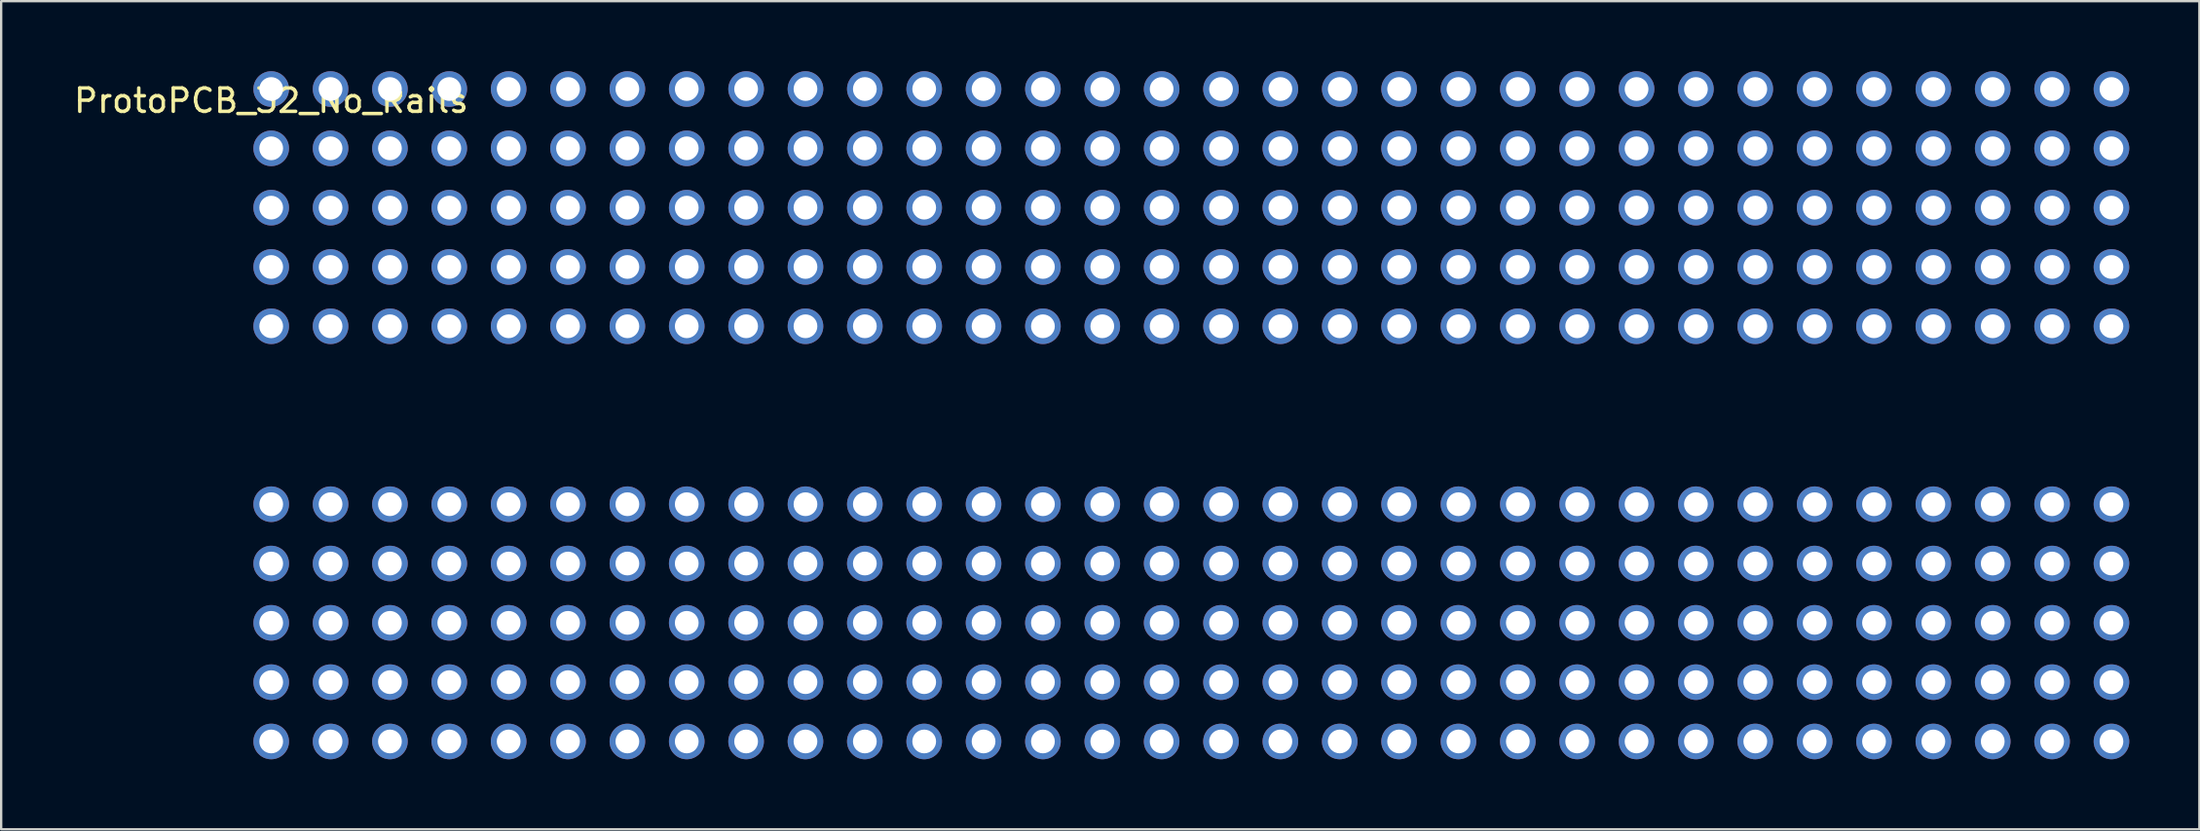
<source format=kicad_pcb>
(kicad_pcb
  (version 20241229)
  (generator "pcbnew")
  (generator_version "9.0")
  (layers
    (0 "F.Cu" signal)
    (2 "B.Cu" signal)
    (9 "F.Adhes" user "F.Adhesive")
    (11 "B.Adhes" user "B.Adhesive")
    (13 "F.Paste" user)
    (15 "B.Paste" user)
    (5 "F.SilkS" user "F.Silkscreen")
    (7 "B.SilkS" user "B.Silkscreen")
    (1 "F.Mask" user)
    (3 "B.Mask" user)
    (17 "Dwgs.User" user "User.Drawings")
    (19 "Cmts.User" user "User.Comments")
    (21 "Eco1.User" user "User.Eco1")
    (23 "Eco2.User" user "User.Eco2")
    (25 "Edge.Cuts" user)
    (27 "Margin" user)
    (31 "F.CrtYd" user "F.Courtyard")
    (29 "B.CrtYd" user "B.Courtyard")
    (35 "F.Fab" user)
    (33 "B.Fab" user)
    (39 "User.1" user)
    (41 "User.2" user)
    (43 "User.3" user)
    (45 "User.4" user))
  (footprint "ProtoPCB_32_No_Rails"
    (layer "F.Cu")
    (at 8.554 0.762)
    (property "Reference" "ProtoPCB_32_No_Rails" (at 0 0.5 0) (layer "F.SilkS") (effects (font (size 1 1) (thickness 0.15))))
    (attr through_hole)
    (pad "1" thru_hole circle (at 0 0) (size 1.524 1.524) (drill 1.016) (layers "*.Cu" "*.Mask"))
    (pad "1" thru_hole circle (at 0 2.54) (size 1.524 1.524) (drill 1.016) (layers "*.Cu" "*.Mask"))
    (pad "1" thru_hole circle (at 0 5.08) (size 1.524 1.524) (drill 1.016) (layers "*.Cu" "*.Mask"))
    (pad "1" thru_hole circle (at 0 7.62) (size 1.524 1.524) (drill 1.016) (layers "*.Cu" "*.Mask"))
    (pad "1" thru_hole circle (at 0 10.16) (size 1.524 1.524) (drill 1.016) (layers "*.Cu" "*.Mask"))
    (pad "1" thru_hole circle (at 0 17.78) (size 1.524 1.524) (drill 1.016) (layers "*.Cu" "*.Mask"))
    (pad "1" thru_hole circle (at 0 20.32) (size 1.524 1.524) (drill 1.016) (layers "*.Cu" "*.Mask"))
    (pad "1" thru_hole circle (at 0 22.86) (size 1.524 1.524) (drill 1.016) (layers "*.Cu" "*.Mask"))
    (pad "1" thru_hole circle (at 0 25.4) (size 1.524 1.524) (drill 1.016) (layers "*.Cu" "*.Mask"))
    (pad "1" thru_hole circle (at 0 27.94) (size 1.524 1.524) (drill 1.016) (layers "*.Cu" "*.Mask"))
    (pad "1" thru_hole circle (at 2.54 0) (size 1.524 1.524) (drill 1.016) (layers "*.Cu" "*.Mask"))
    (pad "1" thru_hole circle (at 2.54 2.54) (size 1.524 1.524) (drill 1.016) (layers "*.Cu" "*.Mask"))
    (pad "1" thru_hole circle (at 2.54 5.08) (size 1.524 1.524) (drill 1.016) (layers "*.Cu" "*.Mask"))
    (pad "1" thru_hole circle (at 2.54 7.62) (size 1.524 1.524) (drill 1.016) (layers "*.Cu" "*.Mask"))
    (pad "1" thru_hole circle (at 2.54 10.16) (size 1.524 1.524) (drill 1.016) (layers "*.Cu" "*.Mask"))
    (pad "1" thru_hole circle (at 2.54 17.78) (size 1.524 1.524) (drill 1.016) (layers "*.Cu" "*.Mask"))
    (pad "1" thru_hole circle (at 2.54 20.32) (size 1.524 1.524) (drill 1.016) (layers "*.Cu" "*.Mask"))
    (pad "1" thru_hole circle (at 2.54 22.86) (size 1.524 1.524) (drill 1.016) (layers "*.Cu" "*.Mask"))
    (pad "1" thru_hole circle (at 2.54 25.4) (size 1.524 1.524) (drill 1.016) (layers "*.Cu" "*.Mask"))
    (pad "1" thru_hole circle (at 2.54 27.94) (size 1.524 1.524) (drill 1.016) (layers "*.Cu" "*.Mask"))
    (pad "1" thru_hole circle (at 5.08 0) (size 1.524 1.524) (drill 1.016) (layers "*.Cu" "*.Mask"))
    (pad "1" thru_hole circle (at 5.08 2.54) (size 1.524 1.524) (drill 1.016) (layers "*.Cu" "*.Mask"))
    (pad "1" thru_hole circle (at 5.08 5.08) (size 1.524 1.524) (drill 1.016) (layers "*.Cu" "*.Mask"))
    (pad "1" thru_hole circle (at 5.08 7.62) (size 1.524 1.524) (drill 1.016) (layers "*.Cu" "*.Mask"))
    (pad "1" thru_hole circle (at 5.08 10.16) (size 1.524 1.524) (drill 1.016) (layers "*.Cu" "*.Mask"))
    (pad "1" thru_hole circle (at 5.08 17.78) (size 1.524 1.524) (drill 1.016) (layers "*.Cu" "*.Mask"))
    (pad "1" thru_hole circle (at 5.08 20.32) (size 1.524 1.524) (drill 1.016) (layers "*.Cu" "*.Mask"))
    (pad "1" thru_hole circle (at 5.08 22.86) (size 1.524 1.524) (drill 1.016) (layers "*.Cu" "*.Mask"))
    (pad "1" thru_hole circle (at 5.08 25.4) (size 1.524 1.524) (drill 1.016) (layers "*.Cu" "*.Mask"))
    (pad "1" thru_hole circle (at 5.08 27.94) (size 1.524 1.524) (drill 1.016) (layers "*.Cu" "*.Mask"))
    (pad "1" thru_hole circle (at 7.62 0) (size 1.524 1.524) (drill 1.016) (layers "*.Cu" "*.Mask"))
    (pad "1" thru_hole circle (at 7.62 2.54) (size 1.524 1.524) (drill 1.016) (layers "*.Cu" "*.Mask"))
    (pad "1" thru_hole circle (at 7.62 5.08) (size 1.524 1.524) (drill 1.016) (layers "*.Cu" "*.Mask"))
    (pad "1" thru_hole circle (at 7.62 7.62) (size 1.524 1.524) (drill 1.016) (layers "*.Cu" "*.Mask"))
    (pad "1" thru_hole circle (at 7.62 10.16) (size 1.524 1.524) (drill 1.016) (layers "*.Cu" "*.Mask"))
    (pad "1" thru_hole circle (at 7.62 17.78) (size 1.524 1.524) (drill 1.016) (layers "*.Cu" "*.Mask"))
    (pad "1" thru_hole circle (at 7.62 20.32) (size 1.524 1.524) (drill 1.016) (layers "*.Cu" "*.Mask"))
    (pad "1" thru_hole circle (at 7.62 22.86) (size 1.524 1.524) (drill 1.016) (layers "*.Cu" "*.Mask"))
    (pad "1" thru_hole circle (at 7.62 25.4) (size 1.524 1.524) (drill 1.016) (layers "*.Cu" "*.Mask"))
    (pad "1" thru_hole circle (at 7.62 27.94) (size 1.524 1.524) (drill 1.016) (layers "*.Cu" "*.Mask"))
    (pad "1" thru_hole circle (at 10.16 0) (size 1.524 1.524) (drill 1.016) (layers "*.Cu" "*.Mask"))
    (pad "1" thru_hole circle (at 10.16 2.54) (size 1.524 1.524) (drill 1.016) (layers "*.Cu" "*.Mask"))
    (pad "1" thru_hole circle (at 10.16 5.08) (size 1.524 1.524) (drill 1.016) (layers "*.Cu" "*.Mask"))
    (pad "1" thru_hole circle (at 10.16 7.62) (size 1.524 1.524) (drill 1.016) (layers "*.Cu" "*.Mask"))
    (pad "1" thru_hole circle (at 10.16 10.16) (size 1.524 1.524) (drill 1.016) (layers "*.Cu" "*.Mask"))
    (pad "1" thru_hole circle (at 10.16 17.78) (size 1.524 1.524) (drill 1.016) (layers "*.Cu" "*.Mask"))
    (pad "1" thru_hole circle (at 10.16 20.32) (size 1.524 1.524) (drill 1.016) (layers "*.Cu" "*.Mask"))
    (pad "1" thru_hole circle (at 10.16 22.86) (size 1.524 1.524) (drill 1.016) (layers "*.Cu" "*.Mask"))
    (pad "1" thru_hole circle (at 10.16 25.4) (size 1.524 1.524) (drill 1.016) (layers "*.Cu" "*.Mask"))
    (pad "1" thru_hole circle (at 10.16 27.94) (size 1.524 1.524) (drill 1.016) (layers "*.Cu" "*.Mask"))
    (pad "1" thru_hole circle (at 12.7 0) (size 1.524 1.524) (drill 1.016) (layers "*.Cu" "*.Mask"))
    (pad "1" thru_hole circle (at 12.7 2.54) (size 1.524 1.524) (drill 1.016) (layers "*.Cu" "*.Mask"))
    (pad "1" thru_hole circle (at 12.7 5.08) (size 1.524 1.524) (drill 1.016) (layers "*.Cu" "*.Mask"))
    (pad "1" thru_hole circle (at 12.7 7.62) (size 1.524 1.524) (drill 1.016) (layers "*.Cu" "*.Mask"))
    (pad "1" thru_hole circle (at 12.7 10.16) (size 1.524 1.524) (drill 1.016) (layers "*.Cu" "*.Mask"))
    (pad "1" thru_hole circle (at 12.7 17.78) (size 1.524 1.524) (drill 1.016) (layers "*.Cu" "*.Mask"))
    (pad "1" thru_hole circle (at 12.7 20.32) (size 1.524 1.524) (drill 1.016) (layers "*.Cu" "*.Mask"))
    (pad "1" thru_hole circle (at 12.7 22.86) (size 1.524 1.524) (drill 1.016) (layers "*.Cu" "*.Mask"))
    (pad "1" thru_hole circle (at 12.7 25.4) (size 1.524 1.524) (drill 1.016) (layers "*.Cu" "*.Mask"))
    (pad "1" thru_hole circle (at 12.7 27.94) (size 1.524 1.524) (drill 1.016) (layers "*.Cu" "*.Mask"))
    (pad "1" thru_hole circle (at 15.24 0) (size 1.524 1.524) (drill 1.016) (layers "*.Cu" "*.Mask"))
    (pad "1" thru_hole circle (at 15.24 2.54) (size 1.524 1.524) (drill 1.016) (layers "*.Cu" "*.Mask"))
    (pad "1" thru_hole circle (at 15.24 5.08) (size 1.524 1.524) (drill 1.016) (layers "*.Cu" "*.Mask"))
    (pad "1" thru_hole circle (at 15.24 7.62) (size 1.524 1.524) (drill 1.016) (layers "*.Cu" "*.Mask"))
    (pad "1" thru_hole circle (at 15.24 10.16) (size 1.524 1.524) (drill 1.016) (layers "*.Cu" "*.Mask"))
    (pad "1" thru_hole circle (at 15.24 17.78) (size 1.524 1.524) (drill 1.016) (layers "*.Cu" "*.Mask"))
    (pad "1" thru_hole circle (at 15.24 20.32) (size 1.524 1.524) (drill 1.016) (layers "*.Cu" "*.Mask"))
    (pad "1" thru_hole circle (at 15.24 22.86) (size 1.524 1.524) (drill 1.016) (layers "*.Cu" "*.Mask"))
    (pad "1" thru_hole circle (at 15.24 25.4) (size 1.524 1.524) (drill 1.016) (layers "*.Cu" "*.Mask"))
    (pad "1" thru_hole circle (at 15.24 27.94) (size 1.524 1.524) (drill 1.016) (layers "*.Cu" "*.Mask"))
    (pad "1" thru_hole circle (at 17.78 0) (size 1.524 1.524) (drill 1.016) (layers "*.Cu" "*.Mask"))
    (pad "1" thru_hole circle (at 17.78 2.54) (size 1.524 1.524) (drill 1.016) (layers "*.Cu" "*.Mask"))
    (pad "1" thru_hole circle (at 17.78 5.08) (size 1.524 1.524) (drill 1.016) (layers "*.Cu" "*.Mask"))
    (pad "1" thru_hole circle (at 17.78 7.62) (size 1.524 1.524) (drill 1.016) (layers "*.Cu" "*.Mask"))
    (pad "1" thru_hole circle (at 17.78 10.16) (size 1.524 1.524) (drill 1.016) (layers "*.Cu" "*.Mask"))
    (pad "1" thru_hole circle (at 17.78 17.78) (size 1.524 1.524) (drill 1.016) (layers "*.Cu" "*.Mask"))
    (pad "1" thru_hole circle (at 17.78 20.32) (size 1.524 1.524) (drill 1.016) (layers "*.Cu" "*.Mask"))
    (pad "1" thru_hole circle (at 17.78 22.86) (size 1.524 1.524) (drill 1.016) (layers "*.Cu" "*.Mask"))
    (pad "1" thru_hole circle (at 17.78 25.4) (size 1.524 1.524) (drill 1.016) (layers "*.Cu" "*.Mask"))
    (pad "1" thru_hole circle (at 17.78 27.94) (size 1.524 1.524) (drill 1.016) (layers "*.Cu" "*.Mask"))
    (pad "1" thru_hole circle (at 20.32 0) (size 1.524 1.524) (drill 1.016) (layers "*.Cu" "*.Mask"))
    (pad "1" thru_hole circle (at 20.32 2.54) (size 1.524 1.524) (drill 1.016) (layers "*.Cu" "*.Mask"))
    (pad "1" thru_hole circle (at 20.32 5.08) (size 1.524 1.524) (drill 1.016) (layers "*.Cu" "*.Mask"))
    (pad "1" thru_hole circle (at 20.32 7.62) (size 1.524 1.524) (drill 1.016) (layers "*.Cu" "*.Mask"))
    (pad "1" thru_hole circle (at 20.32 10.16) (size 1.524 1.524) (drill 1.016) (layers "*.Cu" "*.Mask"))
    (pad "1" thru_hole circle (at 20.32 17.78) (size 1.524 1.524) (drill 1.016) (layers "*.Cu" "*.Mask"))
    (pad "1" thru_hole circle (at 20.32 20.32) (size 1.524 1.524) (drill 1.016) (layers "*.Cu" "*.Mask"))
    (pad "1" thru_hole circle (at 20.32 22.86) (size 1.524 1.524) (drill 1.016) (layers "*.Cu" "*.Mask"))
    (pad "1" thru_hole circle (at 20.32 25.4) (size 1.524 1.524) (drill 1.016) (layers "*.Cu" "*.Mask"))
    (pad "1" thru_hole circle (at 20.32 27.94) (size 1.524 1.524) (drill 1.016) (layers "*.Cu" "*.Mask"))
    (pad "1" thru_hole circle (at 22.86 0) (size 1.524 1.524) (drill 1.016) (layers "*.Cu" "*.Mask"))
    (pad "1" thru_hole circle (at 22.86 2.54) (size 1.524 1.524) (drill 1.016) (layers "*.Cu" "*.Mask"))
    (pad "1" thru_hole circle (at 22.86 5.08) (size 1.524 1.524) (drill 1.016) (layers "*.Cu" "*.Mask"))
    (pad "1" thru_hole circle (at 22.86 7.62) (size 1.524 1.524) (drill 1.016) (layers "*.Cu" "*.Mask"))
    (pad "1" thru_hole circle (at 22.86 10.16) (size 1.524 1.524) (drill 1.016) (layers "*.Cu" "*.Mask"))
    (pad "1" thru_hole circle (at 22.86 17.78) (size 1.524 1.524) (drill 1.016) (layers "*.Cu" "*.Mask"))
    (pad "1" thru_hole circle (at 22.86 20.32) (size 1.524 1.524) (drill 1.016) (layers "*.Cu" "*.Mask"))
    (pad "1" thru_hole circle (at 22.86 22.86) (size 1.524 1.524) (drill 1.016) (layers "*.Cu" "*.Mask"))
    (pad "1" thru_hole circle (at 22.86 25.4) (size 1.524 1.524) (drill 1.016) (layers "*.Cu" "*.Mask"))
    (pad "1" thru_hole circle (at 22.86 27.94) (size 1.524 1.524) (drill 1.016) (layers "*.Cu" "*.Mask"))
    (pad "1" thru_hole circle (at 25.4 0) (size 1.524 1.524) (drill 1.016) (layers "*.Cu" "*.Mask"))
    (pad "1" thru_hole circle (at 25.4 2.54) (size 1.524 1.524) (drill 1.016) (layers "*.Cu" "*.Mask"))
    (pad "1" thru_hole circle (at 25.4 5.08) (size 1.524 1.524) (drill 1.016) (layers "*.Cu" "*.Mask"))
    (pad "1" thru_hole circle (at 25.4 7.62) (size 1.524 1.524) (drill 1.016) (layers "*.Cu" "*.Mask"))
    (pad "1" thru_hole circle (at 25.4 10.16) (size 1.524 1.524) (drill 1.016) (layers "*.Cu" "*.Mask"))
    (pad "1" thru_hole circle (at 25.4 17.78) (size 1.524 1.524) (drill 1.016) (layers "*.Cu" "*.Mask"))
    (pad "1" thru_hole circle (at 25.4 20.32) (size 1.524 1.524) (drill 1.016) (layers "*.Cu" "*.Mask"))
    (pad "1" thru_hole circle (at 25.4 22.86) (size 1.524 1.524) (drill 1.016) (layers "*.Cu" "*.Mask"))
    (pad "1" thru_hole circle (at 25.4 25.4) (size 1.524 1.524) (drill 1.016) (layers "*.Cu" "*.Mask"))
    (pad "1" thru_hole circle (at 25.4 27.94) (size 1.524 1.524) (drill 1.016) (layers "*.Cu" "*.Mask"))
    (pad "1" thru_hole circle (at 27.94 0) (size 1.524 1.524) (drill 1.016) (layers "*.Cu" "*.Mask"))
    (pad "1" thru_hole circle (at 27.94 2.54) (size 1.524 1.524) (drill 1.016) (layers "*.Cu" "*.Mask"))
    (pad "1" thru_hole circle (at 27.94 5.08) (size 1.524 1.524) (drill 1.016) (layers "*.Cu" "*.Mask"))
    (pad "1" thru_hole circle (at 27.94 7.62) (size 1.524 1.524) (drill 1.016) (layers "*.Cu" "*.Mask"))
    (pad "1" thru_hole circle (at 27.94 10.16) (size 1.524 1.524) (drill 1.016) (layers "*.Cu" "*.Mask"))
    (pad "1" thru_hole circle (at 27.94 17.78) (size 1.524 1.524) (drill 1.016) (layers "*.Cu" "*.Mask"))
    (pad "1" thru_hole circle (at 27.94 20.32) (size 1.524 1.524) (drill 1.016) (layers "*.Cu" "*.Mask"))
    (pad "1" thru_hole circle (at 27.94 22.86) (size 1.524 1.524) (drill 1.016) (layers "*.Cu" "*.Mask"))
    (pad "1" thru_hole circle (at 27.94 25.4) (size 1.524 1.524) (drill 1.016) (layers "*.Cu" "*.Mask"))
    (pad "1" thru_hole circle (at 27.94 27.94) (size 1.524 1.524) (drill 1.016) (layers "*.Cu" "*.Mask"))
    (pad "1" thru_hole circle (at 30.48 0) (size 1.524 1.524) (drill 1.016) (layers "*.Cu" "*.Mask"))
    (pad "1" thru_hole circle (at 30.48 2.54) (size 1.524 1.524) (drill 1.016) (layers "*.Cu" "*.Mask"))
    (pad "1" thru_hole circle (at 30.48 5.08) (size 1.524 1.524) (drill 1.016) (layers "*.Cu" "*.Mask"))
    (pad "1" thru_hole circle (at 30.48 7.62) (size 1.524 1.524) (drill 1.016) (layers "*.Cu" "*.Mask"))
    (pad "1" thru_hole circle (at 30.48 10.16) (size 1.524 1.524) (drill 1.016) (layers "*.Cu" "*.Mask"))
    (pad "1" thru_hole circle (at 30.48 17.78) (size 1.524 1.524) (drill 1.016) (layers "*.Cu" "*.Mask"))
    (pad "1" thru_hole circle (at 30.48 20.32) (size 1.524 1.524) (drill 1.016) (layers "*.Cu" "*.Mask"))
    (pad "1" thru_hole circle (at 30.48 22.86) (size 1.524 1.524) (drill 1.016) (layers "*.Cu" "*.Mask"))
    (pad "1" thru_hole circle (at 30.48 25.4) (size 1.524 1.524) (drill 1.016) (layers "*.Cu" "*.Mask"))
    (pad "1" thru_hole circle (at 30.48 27.94) (size 1.524 1.524) (drill 1.016) (layers "*.Cu" "*.Mask"))
    (pad "1" thru_hole circle (at 33.02 0) (size 1.524 1.524) (drill 1.016) (layers "*.Cu" "*.Mask"))
    (pad "1" thru_hole circle (at 33.02 2.54) (size 1.524 1.524) (drill 1.016) (layers "*.Cu" "*.Mask"))
    (pad "1" thru_hole circle (at 33.02 5.08) (size 1.524 1.524) (drill 1.016) (layers "*.Cu" "*.Mask"))
    (pad "1" thru_hole circle (at 33.02 7.62) (size 1.524 1.524) (drill 1.016) (layers "*.Cu" "*.Mask"))
    (pad "1" thru_hole circle (at 33.02 10.16) (size 1.524 1.524) (drill 1.016) (layers "*.Cu" "*.Mask"))
    (pad "1" thru_hole circle (at 33.02 17.78) (size 1.524 1.524) (drill 1.016) (layers "*.Cu" "*.Mask"))
    (pad "1" thru_hole circle (at 33.02 20.32) (size 1.524 1.524) (drill 1.016) (layers "*.Cu" "*.Mask"))
    (pad "1" thru_hole circle (at 33.02 22.86) (size 1.524 1.524) (drill 1.016) (layers "*.Cu" "*.Mask"))
    (pad "1" thru_hole circle (at 33.02 25.4) (size 1.524 1.524) (drill 1.016) (layers "*.Cu" "*.Mask"))
    (pad "1" thru_hole circle (at 33.02 27.94) (size 1.524 1.524) (drill 1.016) (layers "*.Cu" "*.Mask"))
    (pad "1" thru_hole circle (at 35.56 0) (size 1.524 1.524) (drill 1.016) (layers "*.Cu" "*.Mask"))
    (pad "1" thru_hole circle (at 35.56 2.54) (size 1.524 1.524) (drill 1.016) (layers "*.Cu" "*.Mask"))
    (pad "1" thru_hole circle (at 35.56 5.08) (size 1.524 1.524) (drill 1.016) (layers "*.Cu" "*.Mask"))
    (pad "1" thru_hole circle (at 35.56 7.62) (size 1.524 1.524) (drill 1.016) (layers "*.Cu" "*.Mask"))
    (pad "1" thru_hole circle (at 35.56 10.16) (size 1.524 1.524) (drill 1.016) (layers "*.Cu" "*.Mask"))
    (pad "1" thru_hole circle (at 35.56 17.78) (size 1.524 1.524) (drill 1.016) (layers "*.Cu" "*.Mask"))
    (pad "1" thru_hole circle (at 35.56 20.32) (size 1.524 1.524) (drill 1.016) (layers "*.Cu" "*.Mask"))
    (pad "1" thru_hole circle (at 35.56 22.86) (size 1.524 1.524) (drill 1.016) (layers "*.Cu" "*.Mask"))
    (pad "1" thru_hole circle (at 35.56 25.4) (size 1.524 1.524) (drill 1.016) (layers "*.Cu" "*.Mask"))
    (pad "1" thru_hole circle (at 35.56 27.94) (size 1.524 1.524) (drill 1.016) (layers "*.Cu" "*.Mask"))
    (pad "1" thru_hole circle (at 38.1 0) (size 1.524 1.524) (drill 1.016) (layers "*.Cu" "*.Mask"))
    (pad "1" thru_hole circle (at 38.1 2.54) (size 1.524 1.524) (drill 1.016) (layers "*.Cu" "*.Mask"))
    (pad "1" thru_hole circle (at 38.1 5.08) (size 1.524 1.524) (drill 1.016) (layers "*.Cu" "*.Mask"))
    (pad "1" thru_hole circle (at 38.1 7.62) (size 1.524 1.524) (drill 1.016) (layers "*.Cu" "*.Mask"))
    (pad "1" thru_hole circle (at 38.1 10.16) (size 1.524 1.524) (drill 1.016) (layers "*.Cu" "*.Mask"))
    (pad "1" thru_hole circle (at 38.1 17.78) (size 1.524 1.524) (drill 1.016) (layers "*.Cu" "*.Mask"))
    (pad "1" thru_hole circle (at 38.1 20.32) (size 1.524 1.524) (drill 1.016) (layers "*.Cu" "*.Mask"))
    (pad "1" thru_hole circle (at 38.1 22.86) (size 1.524 1.524) (drill 1.016) (layers "*.Cu" "*.Mask"))
    (pad "1" thru_hole circle (at 38.1 25.4) (size 1.524 1.524) (drill 1.016) (layers "*.Cu" "*.Mask"))
    (pad "1" thru_hole circle (at 38.1 27.94) (size 1.524 1.524) (drill 1.016) (layers "*.Cu" "*.Mask"))
    (pad "1" thru_hole circle (at 40.64 0) (size 1.524 1.524) (drill 1.016) (layers "*.Cu" "*.Mask"))
    (pad "1" thru_hole circle (at 40.64 2.54) (size 1.524 1.524) (drill 1.016) (layers "*.Cu" "*.Mask"))
    (pad "1" thru_hole circle (at 40.64 5.08) (size 1.524 1.524) (drill 1.016) (layers "*.Cu" "*.Mask"))
    (pad "1" thru_hole circle (at 40.64 7.62) (size 1.524 1.524) (drill 1.016) (layers "*.Cu" "*.Mask"))
    (pad "1" thru_hole circle (at 40.64 10.16) (size 1.524 1.524) (drill 1.016) (layers "*.Cu" "*.Mask"))
    (pad "1" thru_hole circle (at 40.64 17.78) (size 1.524 1.524) (drill 1.016) (layers "*.Cu" "*.Mask"))
    (pad "1" thru_hole circle (at 40.64 20.32) (size 1.524 1.524) (drill 1.016) (layers "*.Cu" "*.Mask"))
    (pad "1" thru_hole circle (at 40.64 22.86) (size 1.524 1.524) (drill 1.016) (layers "*.Cu" "*.Mask"))
    (pad "1" thru_hole circle (at 40.64 25.4) (size 1.524 1.524) (drill 1.016) (layers "*.Cu" "*.Mask"))
    (pad "1" thru_hole circle (at 40.64 27.94) (size 1.524 1.524) (drill 1.016) (layers "*.Cu" "*.Mask"))
    (pad "1" thru_hole circle (at 43.18 0) (size 1.524 1.524) (drill 1.016) (layers "*.Cu" "*.Mask"))
    (pad "1" thru_hole circle (at 43.18 2.54) (size 1.524 1.524) (drill 1.016) (layers "*.Cu" "*.Mask"))
    (pad "1" thru_hole circle (at 43.18 5.08) (size 1.524 1.524) (drill 1.016) (layers "*.Cu" "*.Mask"))
    (pad "1" thru_hole circle (at 43.18 7.62) (size 1.524 1.524) (drill 1.016) (layers "*.Cu" "*.Mask"))
    (pad "1" thru_hole circle (at 43.18 10.16) (size 1.524 1.524) (drill 1.016) (layers "*.Cu" "*.Mask"))
    (pad "1" thru_hole circle (at 43.18 17.78) (size 1.524 1.524) (drill 1.016) (layers "*.Cu" "*.Mask"))
    (pad "1" thru_hole circle (at 43.18 20.32) (size 1.524 1.524) (drill 1.016) (layers "*.Cu" "*.Mask"))
    (pad "1" thru_hole circle (at 43.18 22.86) (size 1.524 1.524) (drill 1.016) (layers "*.Cu" "*.Mask"))
    (pad "1" thru_hole circle (at 43.18 25.4) (size 1.524 1.524) (drill 1.016) (layers "*.Cu" "*.Mask"))
    (pad "1" thru_hole circle (at 43.18 27.94) (size 1.524 1.524) (drill 1.016) (layers "*.Cu" "*.Mask"))
    (pad "1" thru_hole circle (at 45.72 0) (size 1.524 1.524) (drill 1.016) (layers "*.Cu" "*.Mask"))
    (pad "1" thru_hole circle (at 45.72 2.54) (size 1.524 1.524) (drill 1.016) (layers "*.Cu" "*.Mask"))
    (pad "1" thru_hole circle (at 45.72 5.08) (size 1.524 1.524) (drill 1.016) (layers "*.Cu" "*.Mask"))
    (pad "1" thru_hole circle (at 45.72 7.62) (size 1.524 1.524) (drill 1.016) (layers "*.Cu" "*.Mask"))
    (pad "1" thru_hole circle (at 45.72 10.16) (size 1.524 1.524) (drill 1.016) (layers "*.Cu" "*.Mask"))
    (pad "1" thru_hole circle (at 45.72 17.78) (size 1.524 1.524) (drill 1.016) (layers "*.Cu" "*.Mask"))
    (pad "1" thru_hole circle (at 45.72 20.32) (size 1.524 1.524) (drill 1.016) (layers "*.Cu" "*.Mask"))
    (pad "1" thru_hole circle (at 45.72 22.86) (size 1.524 1.524) (drill 1.016) (layers "*.Cu" "*.Mask"))
    (pad "1" thru_hole circle (at 45.72 25.4) (size 1.524 1.524) (drill 1.016) (layers "*.Cu" "*.Mask"))
    (pad "1" thru_hole circle (at 45.72 27.94) (size 1.524 1.524) (drill 1.016) (layers "*.Cu" "*.Mask"))
    (pad "1" thru_hole circle (at 48.26 0) (size 1.524 1.524) (drill 1.016) (layers "*.Cu" "*.Mask"))
    (pad "1" thru_hole circle (at 48.26 2.54) (size 1.524 1.524) (drill 1.016) (layers "*.Cu" "*.Mask"))
    (pad "1" thru_hole circle (at 48.26 5.08) (size 1.524 1.524) (drill 1.016) (layers "*.Cu" "*.Mask"))
    (pad "1" thru_hole circle (at 48.26 7.62) (size 1.524 1.524) (drill 1.016) (layers "*.Cu" "*.Mask"))
    (pad "1" thru_hole circle (at 48.26 10.16) (size 1.524 1.524) (drill 1.016) (layers "*.Cu" "*.Mask"))
    (pad "1" thru_hole circle (at 48.26 17.78) (size 1.524 1.524) (drill 1.016) (layers "*.Cu" "*.Mask"))
    (pad "1" thru_hole circle (at 48.26 20.32) (size 1.524 1.524) (drill 1.016) (layers "*.Cu" "*.Mask"))
    (pad "1" thru_hole circle (at 48.26 22.86) (size 1.524 1.524) (drill 1.016) (layers "*.Cu" "*.Mask"))
    (pad "1" thru_hole circle (at 48.26 25.4) (size 1.524 1.524) (drill 1.016) (layers "*.Cu" "*.Mask"))
    (pad "1" thru_hole circle (at 48.26 27.94) (size 1.524 1.524) (drill 1.016) (layers "*.Cu" "*.Mask"))
    (pad "1" thru_hole circle (at 50.8 0) (size 1.524 1.524) (drill 1.016) (layers "*.Cu" "*.Mask"))
    (pad "1" thru_hole circle (at 50.8 2.54) (size 1.524 1.524) (drill 1.016) (layers "*.Cu" "*.Mask"))
    (pad "1" thru_hole circle (at 50.8 5.08) (size 1.524 1.524) (drill 1.016) (layers "*.Cu" "*.Mask"))
    (pad "1" thru_hole circle (at 50.8 7.62) (size 1.524 1.524) (drill 1.016) (layers "*.Cu" "*.Mask"))
    (pad "1" thru_hole circle (at 50.8 10.16) (size 1.524 1.524) (drill 1.016) (layers "*.Cu" "*.Mask"))
    (pad "1" thru_hole circle (at 50.8 17.78) (size 1.524 1.524) (drill 1.016) (layers "*.Cu" "*.Mask"))
    (pad "1" thru_hole circle (at 50.8 20.32) (size 1.524 1.524) (drill 1.016) (layers "*.Cu" "*.Mask"))
    (pad "1" thru_hole circle (at 50.8 22.86) (size 1.524 1.524) (drill 1.016) (layers "*.Cu" "*.Mask"))
    (pad "1" thru_hole circle (at 50.8 25.4) (size 1.524 1.524) (drill 1.016) (layers "*.Cu" "*.Mask"))
    (pad "1" thru_hole circle (at 50.8 27.94) (size 1.524 1.524) (drill 1.016) (layers "*.Cu" "*.Mask"))
    (pad "1" thru_hole circle (at 53.34 0) (size 1.524 1.524) (drill 1.016) (layers "*.Cu" "*.Mask"))
    (pad "1" thru_hole circle (at 53.34 2.54) (size 1.524 1.524) (drill 1.016) (layers "*.Cu" "*.Mask"))
    (pad "1" thru_hole circle (at 53.34 5.08) (size 1.524 1.524) (drill 1.016) (layers "*.Cu" "*.Mask"))
    (pad "1" thru_hole circle (at 53.34 7.62) (size 1.524 1.524) (drill 1.016) (layers "*.Cu" "*.Mask"))
    (pad "1" thru_hole circle (at 53.34 10.16) (size 1.524 1.524) (drill 1.016) (layers "*.Cu" "*.Mask"))
    (pad "1" thru_hole circle (at 53.34 17.78) (size 1.524 1.524) (drill 1.016) (layers "*.Cu" "*.Mask"))
    (pad "1" thru_hole circle (at 53.34 20.32) (size 1.524 1.524) (drill 1.016) (layers "*.Cu" "*.Mask"))
    (pad "1" thru_hole circle (at 53.34 22.86) (size 1.524 1.524) (drill 1.016) (layers "*.Cu" "*.Mask"))
    (pad "1" thru_hole circle (at 53.34 25.4) (size 1.524 1.524) (drill 1.016) (layers "*.Cu" "*.Mask"))
    (pad "1" thru_hole circle (at 53.34 27.94) (size 1.524 1.524) (drill 1.016) (layers "*.Cu" "*.Mask"))
    (pad "1" thru_hole circle (at 55.88 0) (size 1.524 1.524) (drill 1.016) (layers "*.Cu" "*.Mask"))
    (pad "1" thru_hole circle (at 55.88 2.54) (size 1.524 1.524) (drill 1.016) (layers "*.Cu" "*.Mask"))
    (pad "1" thru_hole circle (at 55.88 5.08) (size 1.524 1.524) (drill 1.016) (layers "*.Cu" "*.Mask"))
    (pad "1" thru_hole circle (at 55.88 7.62) (size 1.524 1.524) (drill 1.016) (layers "*.Cu" "*.Mask"))
    (pad "1" thru_hole circle (at 55.88 10.16) (size 1.524 1.524) (drill 1.016) (layers "*.Cu" "*.Mask"))
    (pad "1" thru_hole circle (at 55.88 17.78) (size 1.524 1.524) (drill 1.016) (layers "*.Cu" "*.Mask"))
    (pad "1" thru_hole circle (at 55.88 20.32) (size 1.524 1.524) (drill 1.016) (layers "*.Cu" "*.Mask"))
    (pad "1" thru_hole circle (at 55.88 22.86) (size 1.524 1.524) (drill 1.016) (layers "*.Cu" "*.Mask"))
    (pad "1" thru_hole circle (at 55.88 25.4) (size 1.524 1.524) (drill 1.016) (layers "*.Cu" "*.Mask"))
    (pad "1" thru_hole circle (at 55.88 27.94) (size 1.524 1.524) (drill 1.016) (layers "*.Cu" "*.Mask"))
    (pad "1" thru_hole circle (at 58.42 0) (size 1.524 1.524) (drill 1.016) (layers "*.Cu" "*.Mask"))
    (pad "1" thru_hole circle (at 58.42 2.54) (size 1.524 1.524) (drill 1.016) (layers "*.Cu" "*.Mask"))
    (pad "1" thru_hole circle (at 58.42 5.08) (size 1.524 1.524) (drill 1.016) (layers "*.Cu" "*.Mask"))
    (pad "1" thru_hole circle (at 58.42 7.62) (size 1.524 1.524) (drill 1.016) (layers "*.Cu" "*.Mask"))
    (pad "1" thru_hole circle (at 58.42 10.16) (size 1.524 1.524) (drill 1.016) (layers "*.Cu" "*.Mask"))
    (pad "1" thru_hole circle (at 58.42 17.78) (size 1.524 1.524) (drill 1.016) (layers "*.Cu" "*.Mask"))
    (pad "1" thru_hole circle (at 58.42 20.32) (size 1.524 1.524) (drill 1.016) (layers "*.Cu" "*.Mask"))
    (pad "1" thru_hole circle (at 58.42 22.86) (size 1.524 1.524) (drill 1.016) (layers "*.Cu" "*.Mask"))
    (pad "1" thru_hole circle (at 58.42 25.4) (size 1.524 1.524) (drill 1.016) (layers "*.Cu" "*.Mask"))
    (pad "1" thru_hole circle (at 58.42 27.94) (size 1.524 1.524) (drill 1.016) (layers "*.Cu" "*.Mask"))
    (pad "1" thru_hole circle (at 60.96 0) (size 1.524 1.524) (drill 1.016) (layers "*.Cu" "*.Mask"))
    (pad "1" thru_hole circle (at 60.96 2.54) (size 1.524 1.524) (drill 1.016) (layers "*.Cu" "*.Mask"))
    (pad "1" thru_hole circle (at 60.96 5.08) (size 1.524 1.524) (drill 1.016) (layers "*.Cu" "*.Mask"))
    (pad "1" thru_hole circle (at 60.96 7.62) (size 1.524 1.524) (drill 1.016) (layers "*.Cu" "*.Mask"))
    (pad "1" thru_hole circle (at 60.96 10.16) (size 1.524 1.524) (drill 1.016) (layers "*.Cu" "*.Mask"))
    (pad "1" thru_hole circle (at 60.96 17.78) (size 1.524 1.524) (drill 1.016) (layers "*.Cu" "*.Mask"))
    (pad "1" thru_hole circle (at 60.96 20.32) (size 1.524 1.524) (drill 1.016) (layers "*.Cu" "*.Mask"))
    (pad "1" thru_hole circle (at 60.96 22.86) (size 1.524 1.524) (drill 1.016) (layers "*.Cu" "*.Mask"))
    (pad "1" thru_hole circle (at 60.96 25.4) (size 1.524 1.524) (drill 1.016) (layers "*.Cu" "*.Mask"))
    (pad "1" thru_hole circle (at 60.96 27.94) (size 1.524 1.524) (drill 1.016) (layers "*.Cu" "*.Mask"))
    (pad "1" thru_hole circle (at 63.5 0) (size 1.524 1.524) (drill 1.016) (layers "*.Cu" "*.Mask"))
    (pad "1" thru_hole circle (at 63.5 2.54) (size 1.524 1.524) (drill 1.016) (layers "*.Cu" "*.Mask"))
    (pad "1" thru_hole circle (at 63.5 5.08) (size 1.524 1.524) (drill 1.016) (layers "*.Cu" "*.Mask"))
    (pad "1" thru_hole circle (at 63.5 7.62) (size 1.524 1.524) (drill 1.016) (layers "*.Cu" "*.Mask"))
    (pad "1" thru_hole circle (at 63.5 10.16) (size 1.524 1.524) (drill 1.016) (layers "*.Cu" "*.Mask"))
    (pad "1" thru_hole circle (at 63.5 17.78) (size 1.524 1.524) (drill 1.016) (layers "*.Cu" "*.Mask"))
    (pad "1" thru_hole circle (at 63.5 20.32) (size 1.524 1.524) (drill 1.016) (layers "*.Cu" "*.Mask"))
    (pad "1" thru_hole circle (at 63.5 22.86) (size 1.524 1.524) (drill 1.016) (layers "*.Cu" "*.Mask"))
    (pad "1" thru_hole circle (at 63.5 25.4) (size 1.524 1.524) (drill 1.016) (layers "*.Cu" "*.Mask"))
    (pad "1" thru_hole circle (at 63.5 27.94) (size 1.524 1.524) (drill 1.016) (layers "*.Cu" "*.Mask"))
    (pad "1" thru_hole circle (at 66.04 0) (size 1.524 1.524) (drill 1.016) (layers "*.Cu" "*.Mask"))
    (pad "1" thru_hole circle (at 66.04 2.54) (size 1.524 1.524) (drill 1.016) (layers "*.Cu" "*.Mask"))
    (pad "1" thru_hole circle (at 66.04 5.08) (size 1.524 1.524) (drill 1.016) (layers "*.Cu" "*.Mask"))
    (pad "1" thru_hole circle (at 66.04 7.62) (size 1.524 1.524) (drill 1.016) (layers "*.Cu" "*.Mask"))
    (pad "1" thru_hole circle (at 66.04 10.16) (size 1.524 1.524) (drill 1.016) (layers "*.Cu" "*.Mask"))
    (pad "1" thru_hole circle (at 66.04 17.78) (size 1.524 1.524) (drill 1.016) (layers "*.Cu" "*.Mask"))
    (pad "1" thru_hole circle (at 66.04 20.32) (size 1.524 1.524) (drill 1.016) (layers "*.Cu" "*.Mask"))
    (pad "1" thru_hole circle (at 66.04 22.86) (size 1.524 1.524) (drill 1.016) (layers "*.Cu" "*.Mask"))
    (pad "1" thru_hole circle (at 66.04 25.4) (size 1.524 1.524) (drill 1.016) (layers "*.Cu" "*.Mask"))
    (pad "1" thru_hole circle (at 66.04 27.94) (size 1.524 1.524) (drill 1.016) (layers "*.Cu" "*.Mask"))
    (pad "1" thru_hole circle (at 68.58 0) (size 1.524 1.524) (drill 1.016) (layers "*.Cu" "*.Mask"))
    (pad "1" thru_hole circle (at 68.58 2.54) (size 1.524 1.524) (drill 1.016) (layers "*.Cu" "*.Mask"))
    (pad "1" thru_hole circle (at 68.58 5.08) (size 1.524 1.524) (drill 1.016) (layers "*.Cu" "*.Mask"))
    (pad "1" thru_hole circle (at 68.58 7.62) (size 1.524 1.524) (drill 1.016) (layers "*.Cu" "*.Mask"))
    (pad "1" thru_hole circle (at 68.58 10.16) (size 1.524 1.524) (drill 1.016) (layers "*.Cu" "*.Mask"))
    (pad "1" thru_hole circle (at 68.58 17.78) (size 1.524 1.524) (drill 1.016) (layers "*.Cu" "*.Mask"))
    (pad "1" thru_hole circle (at 68.58 20.32) (size 1.524 1.524) (drill 1.016) (layers "*.Cu" "*.Mask"))
    (pad "1" thru_hole circle (at 68.58 22.86) (size 1.524 1.524) (drill 1.016) (layers "*.Cu" "*.Mask"))
    (pad "1" thru_hole circle (at 68.58 25.4) (size 1.524 1.524) (drill 1.016) (layers "*.Cu" "*.Mask"))
    (pad "1" thru_hole circle (at 68.58 27.94) (size 1.524 1.524) (drill 1.016) (layers "*.Cu" "*.Mask"))
    (pad "1" thru_hole circle (at 71.12 0) (size 1.524 1.524) (drill 1.016) (layers "*.Cu" "*.Mask"))
    (pad "1" thru_hole circle (at 71.12 2.54) (size 1.524 1.524) (drill 1.016) (layers "*.Cu" "*.Mask"))
    (pad "1" thru_hole circle (at 71.12 5.08) (size 1.524 1.524) (drill 1.016) (layers "*.Cu" "*.Mask"))
    (pad "1" thru_hole circle (at 71.12 7.62) (size 1.524 1.524) (drill 1.016) (layers "*.Cu" "*.Mask"))
    (pad "1" thru_hole circle (at 71.12 10.16) (size 1.524 1.524) (drill 1.016) (layers "*.Cu" "*.Mask"))
    (pad "1" thru_hole circle (at 71.12 17.78) (size 1.524 1.524) (drill 1.016) (layers "*.Cu" "*.Mask"))
    (pad "1" thru_hole circle (at 71.12 20.32) (size 1.524 1.524) (drill 1.016) (layers "*.Cu" "*.Mask"))
    (pad "1" thru_hole circle (at 71.12 22.86) (size 1.524 1.524) (drill 1.016) (layers "*.Cu" "*.Mask"))
    (pad "1" thru_hole circle (at 71.12 25.4) (size 1.524 1.524) (drill 1.016) (layers "*.Cu" "*.Mask"))
    (pad "1" thru_hole circle (at 71.12 27.94) (size 1.524 1.524) (drill 1.016) (layers "*.Cu" "*.Mask"))
    (pad "1" thru_hole circle (at 73.66 0) (size 1.524 1.524) (drill 1.016) (layers "*.Cu" "*.Mask"))
    (pad "1" thru_hole circle (at 73.66 2.54) (size 1.524 1.524) (drill 1.016) (layers "*.Cu" "*.Mask"))
    (pad "1" thru_hole circle (at 73.66 5.08) (size 1.524 1.524) (drill 1.016) (layers "*.Cu" "*.Mask"))
    (pad "1" thru_hole circle (at 73.66 7.62) (size 1.524 1.524) (drill 1.016) (layers "*.Cu" "*.Mask"))
    (pad "1" thru_hole circle (at 73.66 10.16) (size 1.524 1.524) (drill 1.016) (layers "*.Cu" "*.Mask"))
    (pad "1" thru_hole circle (at 73.66 17.78) (size 1.524 1.524) (drill 1.016) (layers "*.Cu" "*.Mask"))
    (pad "1" thru_hole circle (at 73.66 20.32) (size 1.524 1.524) (drill 1.016) (layers "*.Cu" "*.Mask"))
    (pad "1" thru_hole circle (at 73.66 22.86) (size 1.524 1.524) (drill 1.016) (layers "*.Cu" "*.Mask"))
    (pad "1" thru_hole circle (at 73.66 25.4) (size 1.524 1.524) (drill 1.016) (layers "*.Cu" "*.Mask"))
    (pad "1" thru_hole circle (at 73.66 27.94) (size 1.524 1.524) (drill 1.016) (layers "*.Cu" "*.Mask"))
    (pad "1" thru_hole circle (at 76.2 0) (size 1.524 1.524) (drill 1.016) (layers "*.Cu" "*.Mask"))
    (pad "1" thru_hole circle (at 76.2 2.54) (size 1.524 1.524) (drill 1.016) (layers "*.Cu" "*.Mask"))
    (pad "1" thru_hole circle (at 76.2 5.08) (size 1.524 1.524) (drill 1.016) (layers "*.Cu" "*.Mask"))
    (pad "1" thru_hole circle (at 76.2 7.62) (size 1.524 1.524) (drill 1.016) (layers "*.Cu" "*.Mask"))
    (pad "1" thru_hole circle (at 76.2 10.16) (size 1.524 1.524) (drill 1.016) (layers "*.Cu" "*.Mask"))
    (pad "1" thru_hole circle (at 76.2 17.78) (size 1.524 1.524) (drill 1.016) (layers "*.Cu" "*.Mask"))
    (pad "1" thru_hole circle (at 76.2 20.32) (size 1.524 1.524) (drill 1.016) (layers "*.Cu" "*.Mask"))
    (pad "1" thru_hole circle (at 76.2 22.86) (size 1.524 1.524) (drill 1.016) (layers "*.Cu" "*.Mask"))
    (pad "1" thru_hole circle (at 76.2 25.4) (size 1.524 1.524) (drill 1.016) (layers "*.Cu" "*.Mask"))
    (pad "1" thru_hole circle (at 76.2 27.94) (size 1.524 1.524) (drill 1.016) (layers "*.Cu" "*.Mask"))
    (pad "1" thru_hole circle (at 78.74 0) (size 1.524 1.524) (drill 1.016) (layers "*.Cu" "*.Mask"))
    (pad "1" thru_hole circle (at 78.74 2.54) (size 1.524 1.524) (drill 1.016) (layers "*.Cu" "*.Mask"))
    (pad "1" thru_hole circle (at 78.74 5.08) (size 1.524 1.524) (drill 1.016) (layers "*.Cu" "*.Mask"))
    (pad "1" thru_hole circle (at 78.74 7.62) (size 1.524 1.524) (drill 1.016) (layers "*.Cu" "*.Mask"))
    (pad "1" thru_hole circle (at 78.74 10.16) (size 1.524 1.524) (drill 1.016) (layers "*.Cu" "*.Mask"))
    (pad "1" thru_hole circle (at 78.74 17.78) (size 1.524 1.524) (drill 1.016) (layers "*.Cu" "*.Mask"))
    (pad "1" thru_hole circle (at 78.74 20.32) (size 1.524 1.524) (drill 1.016) (layers "*.Cu" "*.Mask"))
    (pad "1" thru_hole circle (at 78.74 22.86) (size 1.524 1.524) (drill 1.016) (layers "*.Cu" "*.Mask"))
    (pad "1" thru_hole circle (at 78.74 25.4) (size 1.524 1.524) (drill 1.016) (layers "*.Cu" "*.Mask"))
    (pad "1" thru_hole circle (at 78.74 27.94) (size 1.524 1.524) (drill 1.016) (layers "*.Cu" "*.Mask")))
  (gr_rect
    (start -3 -3)
    (end 91.056 32.464)
    (stroke (width 0.1) (type default))
    (fill no)
    (layer "Edge.Cuts")))
</source>
